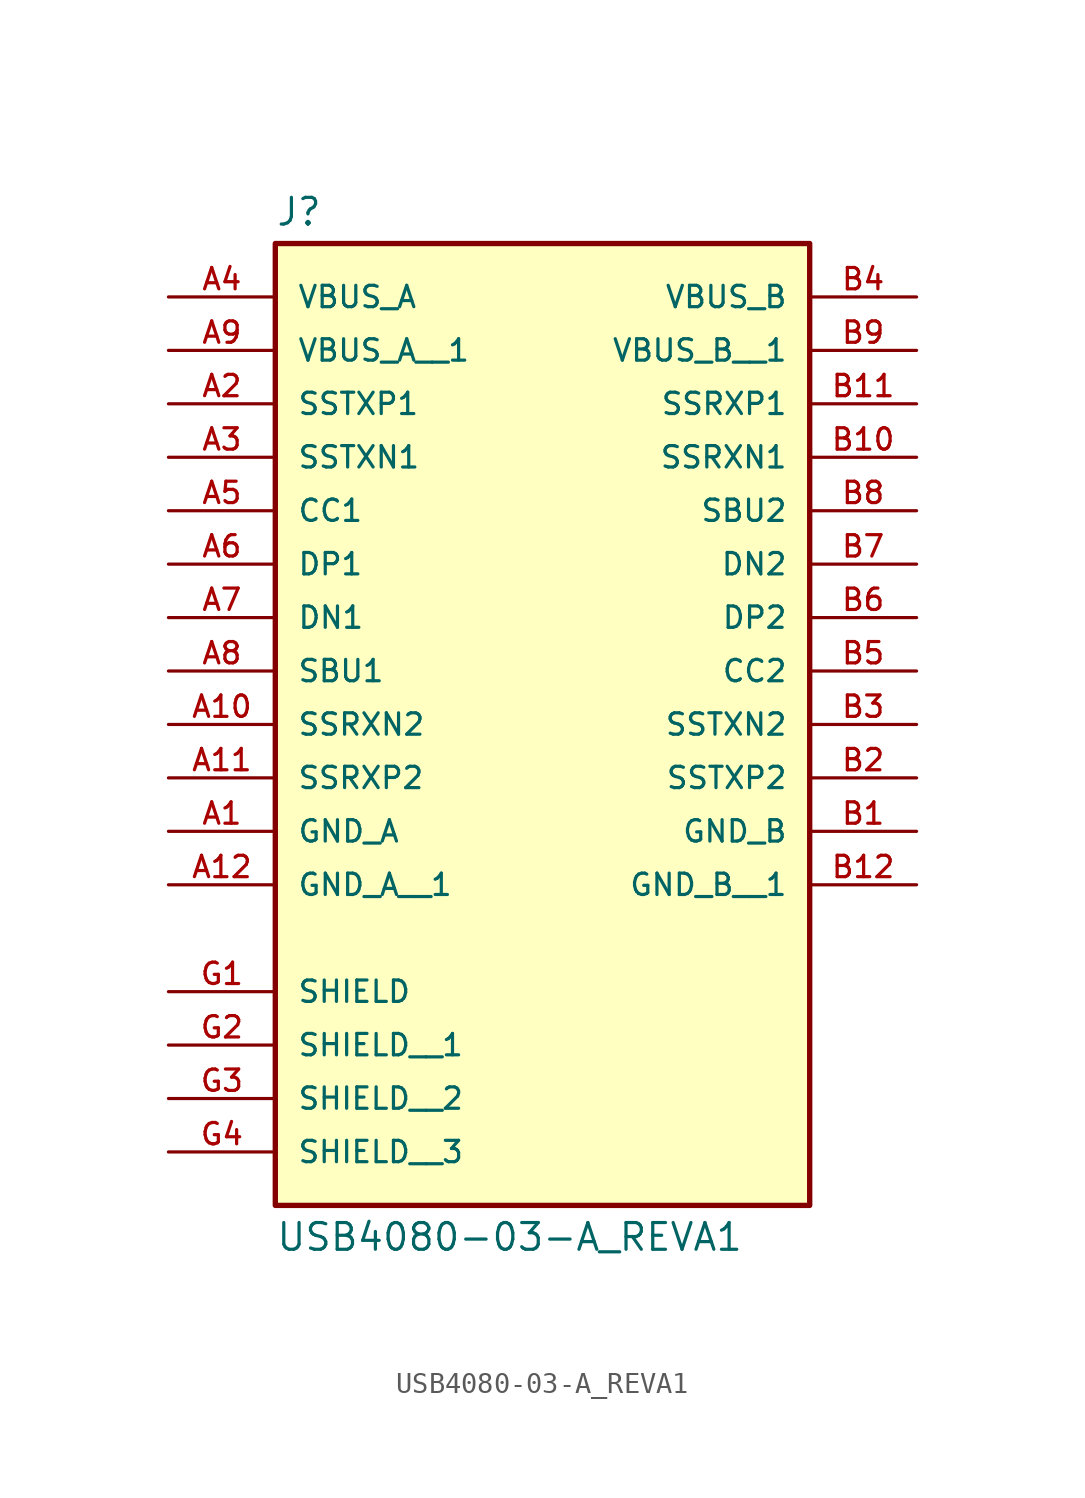
<source format=kicad_sym>
(kicad_symbol_lib
  (version 20211014)
  (generator kicad_symbol_editor)
  (symbol "USB4080-03-A_REVA1"
    (pin_names
      (offset 1.016))
    (property "Reference" "J"
      (at -12.7 16.002 0)
      (effects (font (size 1.27 1.27)) (justify bottom left)))
    (property "Value" "USB4080-03-A_REVA1"
      (at -12.7 -31.242 0)
      (effects (font (size 1.27 1.27)) (justify top left)))
    (symbol "USB4080-03-A_REVA1_0_0"
      (rectangle (start -12.7 -30.48) (end 12.7 15.24) (stroke (width 0.254)) (fill (type background)))
      (pin power_in line (at 17.78 12.7 180.0) (length 5.08) (name "VBUS_B" (effects (font (size 1.016 1.016)))) (number "B4" (effects (font (size 1.016 1.016)))))
      (pin power_in line (at -17.78 -12.7 0) (length 5.08) (name "GND_A" (effects (font (size 1.016 1.016)))) (number "A1" (effects (font (size 1.016 1.016)))))
      (pin bidirectional line (at -17.78 2.54 0) (length 5.08) (name "CC1" (effects (font (size 1.016 1.016)))) (number "A5" (effects (font (size 1.016 1.016)))))
      (pin bidirectional line (at -17.78 -5.08 0) (length 5.08) (name "SBU1" (effects (font (size 1.016 1.016)))) (number "A8" (effects (font (size 1.016 1.016)))))
      (pin bidirectional line (at 17.78 -5.08 180.0) (length 5.08) (name "CC2" (effects (font (size 1.016 1.016)))) (number "B5" (effects (font (size 1.016 1.016)))))
      (pin bidirectional line (at 17.78 2.54 180.0) (length 5.08) (name "SBU2" (effects (font (size 1.016 1.016)))) (number "B8" (effects (font (size 1.016 1.016)))))
      (pin bidirectional line (at -17.78 0.0 0) (length 5.08) (name "DP1" (effects (font (size 1.016 1.016)))) (number "A6" (effects (font (size 1.016 1.016)))))
      (pin bidirectional line (at -17.78 -2.54 0) (length 5.08) (name "DN1" (effects (font (size 1.016 1.016)))) (number "A7" (effects (font (size 1.016 1.016)))))
      (pin bidirectional line (at 17.78 -2.54 180.0) (length 5.08) (name "DP2" (effects (font (size 1.016 1.016)))) (number "B6" (effects (font (size 1.016 1.016)))))
      (pin bidirectional line (at 17.78 0.0 180.0) (length 5.08) (name "DN2" (effects (font (size 1.016 1.016)))) (number "B7" (effects (font (size 1.016 1.016)))))
      (pin bidirectional line (at -17.78 7.62 0) (length 5.08) (name "SSTXP1" (effects (font (size 1.016 1.016)))) (number "A2" (effects (font (size 1.016 1.016)))))
      (pin bidirectional line (at -17.78 5.08 0) (length 5.08) (name "SSTXN1" (effects (font (size 1.016 1.016)))) (number "A3" (effects (font (size 1.016 1.016)))))
      (pin bidirectional line (at 17.78 -10.16 180.0) (length 5.08) (name "SSTXP2" (effects (font (size 1.016 1.016)))) (number "B2" (effects (font (size 1.016 1.016)))))
      (pin bidirectional line (at 17.78 -7.62 180.0) (length 5.08) (name "SSTXN2" (effects (font (size 1.016 1.016)))) (number "B3" (effects (font (size 1.016 1.016)))))
      (pin bidirectional line (at -17.78 -10.16 0) (length 5.08) (name "SSRXP2" (effects (font (size 1.016 1.016)))) (number "A11" (effects (font (size 1.016 1.016)))))
      (pin bidirectional line (at -17.78 -7.62 0) (length 5.08) (name "SSRXN2" (effects (font (size 1.016 1.016)))) (number "A10" (effects (font (size 1.016 1.016)))))
      (pin bidirectional line (at 17.78 7.62 180.0) (length 5.08) (name "SSRXP1" (effects (font (size 1.016 1.016)))) (number "B11" (effects (font (size 1.016 1.016)))))
      (pin bidirectional line (at 17.78 5.08 180.0) (length 5.08) (name "SSRXN1" (effects (font (size 1.016 1.016)))) (number "B10" (effects (font (size 1.016 1.016)))))
      (pin power_in line (at -17.78 12.7 0) (length 5.08) (name "VBUS_A" (effects (font (size 1.016 1.016)))) (number "A4" (effects (font (size 1.016 1.016)))))
      (pin power_in line (at 17.78 -12.7 180.0) (length 5.08) (name "GND_B" (effects (font (size 1.016 1.016)))) (number "B1" (effects (font (size 1.016 1.016)))))
      (pin passive line (at -17.78 -20.32 0) (length 5.08) (name "SHIELD" (effects (font (size 1.016 1.016)))) (number "G1" (effects (font (size 1.016 1.016)))))
      (pin power_in line (at -17.78 10.16 0) (length 5.08) (name "VBUS_A__1" (effects (font (size 1.016 1.016)))) (number "A9" (effects (font (size 1.016 1.016)))))
      (pin power_in line (at -17.78 -15.24 0) (length 5.08) (name "GND_A__1" (effects (font (size 1.016 1.016)))) (number "A12" (effects (font (size 1.016 1.016)))))
      (pin passive line (at -17.78 -22.86 0) (length 5.08) (name "SHIELD__1" (effects (font (size 1.016 1.016)))) (number "G2" (effects (font (size 1.016 1.016)))))
      (pin passive line (at -17.78 -25.4 0) (length 5.08) (name "SHIELD__2" (effects (font (size 1.016 1.016)))) (number "G3" (effects (font (size 1.016 1.016)))))
      (pin passive line (at -17.78 -27.94 0) (length 5.08) (name "SHIELD__3" (effects (font (size 1.016 1.016)))) (number "G4" (effects (font (size 1.016 1.016)))))
      (pin power_in line (at 17.78 10.16 180.0) (length 5.08) (name "VBUS_B__1" (effects (font (size 1.016 1.016)))) (number "B9" (effects (font (size 1.016 1.016)))))
      (pin power_in line (at 17.78 -15.24 180.0) (length 5.08) (name "GND_B__1" (effects (font (size 1.016 1.016)))) (number "B12" (effects (font (size 1.016 1.016))))))))
</source>
